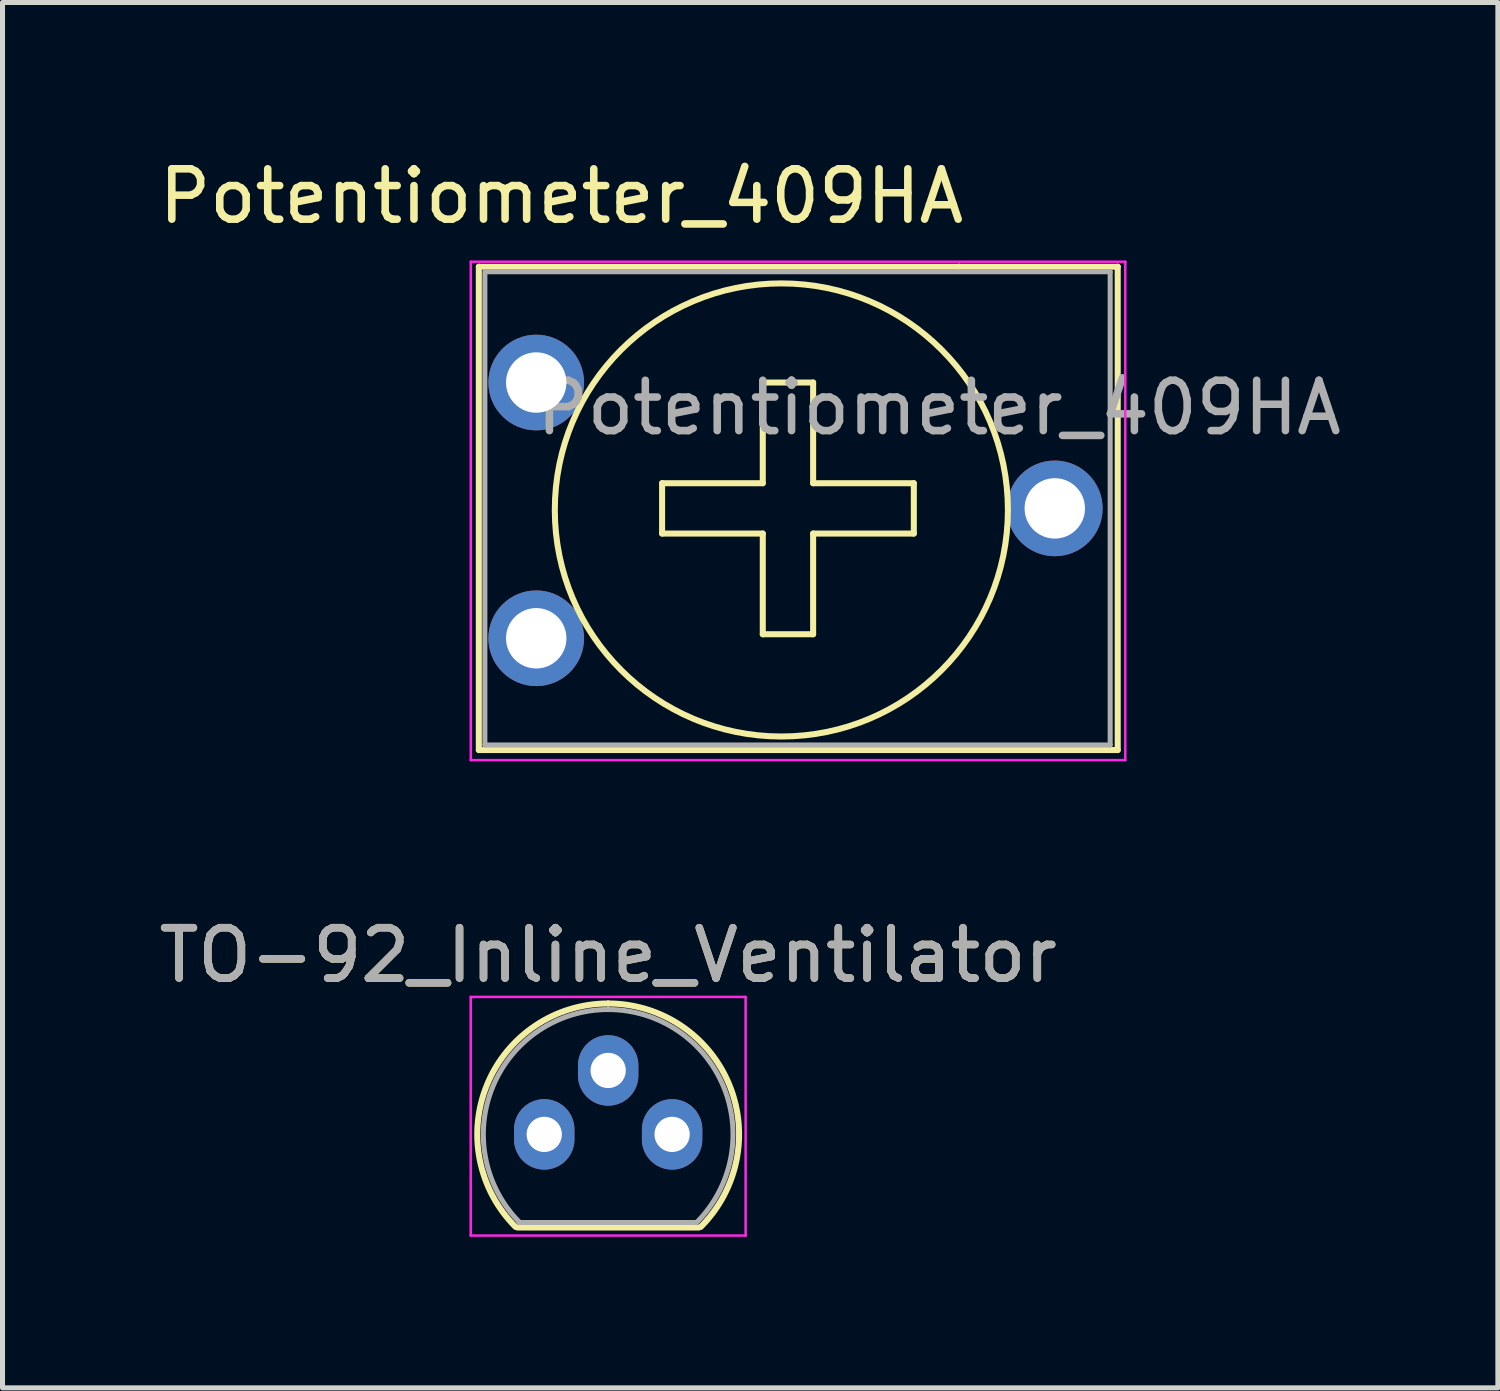
<source format=kicad_pcb>
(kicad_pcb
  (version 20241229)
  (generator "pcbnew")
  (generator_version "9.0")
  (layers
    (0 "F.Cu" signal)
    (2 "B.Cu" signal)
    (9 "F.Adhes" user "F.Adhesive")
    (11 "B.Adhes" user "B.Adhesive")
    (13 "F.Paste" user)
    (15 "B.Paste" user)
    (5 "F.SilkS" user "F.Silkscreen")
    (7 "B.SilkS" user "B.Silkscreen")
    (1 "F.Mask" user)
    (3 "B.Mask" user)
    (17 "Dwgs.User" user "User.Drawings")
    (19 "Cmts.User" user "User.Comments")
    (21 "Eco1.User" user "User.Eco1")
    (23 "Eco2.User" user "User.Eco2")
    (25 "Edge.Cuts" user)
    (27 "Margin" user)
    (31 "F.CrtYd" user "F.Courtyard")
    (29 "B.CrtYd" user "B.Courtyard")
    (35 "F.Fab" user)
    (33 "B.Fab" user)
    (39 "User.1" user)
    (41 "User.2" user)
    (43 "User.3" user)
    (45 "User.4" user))
  (footprint "TO-92_Inline_Ventilator"
    (layer "F.Cu")
    (at 7.76 19.482)
    (property "Reference" "TO-92_Inline_Ventilator" (at 1.27 -3.56 0) (layer "F.SilkS") (effects (font (size 1 1) (thickness 0.15))))
    (attr through_hole)
    (fp_line (start -0.53 1.85) (end 3.07 1.85) (stroke (width 0.12) (type solid)) (layer "F.SilkS"))
    (fp_arc (start -0.568478 1.838478) (mid -1.132087 -0.994977) (end 1.27 -2.6) (stroke (width 0.12) (type solid)) (layer "F.SilkS"))
    (fp_arc (start 1.27 -2.6) (mid 3.672087 -0.994977) (end 3.108478 1.838478) (stroke (width 0.12) (type solid)) (layer "F.SilkS"))
    (fp_line (start -1.46 -2.73) (end -1.46 2.01) (stroke (width 0.05) (type solid)) (layer "F.CrtYd"))
    (fp_line (start -1.46 -2.73) (end 4 -2.73) (stroke (width 0.05) (type solid)) (layer "F.CrtYd"))
    (fp_line (start 4 2.01) (end -1.46 2.01) (stroke (width 0.05) (type solid)) (layer "F.CrtYd"))
    (fp_line (start 4 2.01) (end 4 -2.73) (stroke (width 0.05) (type solid)) (layer "F.CrtYd"))
    (fp_line (start -0.5 1.75) (end 3 1.75) (stroke (width 0.1) (type solid)) (layer "F.Fab"))
    (fp_arc (start -0.483625 1.753625) (mid -1.021221 -0.949055) (end 1.27 -2.48) (stroke (width 0.1) (type solid)) (layer "F.Fab"))
    (fp_arc (start 1.27 -2.48) (mid 3.561221 -0.949055) (end 3.023625 1.753625) (stroke (width 0.1) (type solid)) (layer "F.Fab"))
    (fp_text user "${REFERENCE}" (at 1.27 -3.56 0) (layer "F.Fab") (effects (font (size 1 1) (thickness 0.15))))
    (pad "1" thru_hole oval (at 0 0) (size 1.2 1.4) (drill 0.7) (layers "*.Cu" "*.Mask"))
    (pad "2" thru_hole oval (at 1.27 -1.27) (size 1.2 1.4) (drill 0.7) (layers "*.Cu" "*.Mask"))
    (pad "3" thru_hole oval (at 2.54 0) (size 1.2 1.4) (drill 0.7) (layers "*.Cu" "*.Mask")))
  (footprint "Potentiometer_409HA"
    (layer "F.Cu")
    (at 7.601 4.548)
    (property "Reference" "Potentiometer_409HA" (at 0.5 -3.7 0) (layer "F.SilkS") (effects (font (size 1 1) (thickness 0.15))))
    (attr through_hole)
    (fp_line (start -1.14 -2.3) (end -1.14 7.3) (stroke (width 0.12) (type solid)) (layer "F.SilkS"))
    (fp_line (start -1.14 -2.3) (end 8.4 -2.3) (stroke (width 0.12) (type solid)) (layer "F.SilkS"))
    (fp_line (start -1.14 7.3) (end 11.55 7.3) (stroke (width 0.12) (type solid)) (layer "F.SilkS"))
    (fp_line (start 2.5 2) (end 2.5 3) (stroke (width 0.12) (type solid)) (layer "F.SilkS"))
    (fp_line (start 2.5 3) (end 4.5 3) (stroke (width 0.12) (type solid)) (layer "F.SilkS"))
    (fp_line (start 4.5 0) (end 4.5 2) (stroke (width 0.12) (type solid)) (layer "F.SilkS"))
    (fp_line (start 4.5 2) (end 2.5 2) (stroke (width 0.12) (type solid)) (layer "F.SilkS"))
    (fp_line (start 4.5 3) (end 4.5 5) (stroke (width 0.12) (type solid)) (layer "F.SilkS"))
    (fp_line (start 4.5 5) (end 5.5 5) (stroke (width 0.12) (type solid)) (layer "F.SilkS"))
    (fp_line (start 5.5 0) (end 4.5 0) (stroke (width 0.12) (type solid)) (layer "F.SilkS"))
    (fp_line (start 5.5 2) (end 5.5 0) (stroke (width 0.12) (type solid)) (layer "F.SilkS"))
    (fp_line (start 5.5 3) (end 7.5 3) (stroke (width 0.12) (type solid)) (layer "F.SilkS"))
    (fp_line (start 5.5 5) (end 5.5 3) (stroke (width 0.12) (type solid)) (layer "F.SilkS"))
    (fp_line (start 7.5 2) (end 5.5 2) (stroke (width 0.12) (type solid)) (layer "F.SilkS"))
    (fp_line (start 7.5 3) (end 7.5 2) (stroke (width 0.12) (type solid)) (layer "F.SilkS"))
    (fp_line (start 8.4 -2.3) (end 11.55 -2.3) (stroke (width 0.12) (type solid)) (layer "F.SilkS"))
    (fp_line (start 11.55 -2.3) (end 11.55 7.3) (stroke (width 0.12) (type solid)) (layer "F.SilkS"))
    (fp_circle (center 4.869 2.531) (end 9.369 2.531) (stroke (width 0.12) (type solid)) (fill no) (layer "F.SilkS"))
    (fp_line (start -1.3 -2.4) (end -1.3 7.5) (stroke (width 0.05) (type solid)) (layer "F.CrtYd"))
    (fp_line (start -1.3 7.5) (end 11.7 7.5) (stroke (width 0.05) (type solid)) (layer "F.CrtYd"))
    (fp_line (start 11.7 -2.4) (end -1.3 -2.4) (stroke (width 0.05) (type solid)) (layer "F.CrtYd"))
    (fp_line (start 11.7 7.5) (end 11.7 -2.4) (stroke (width 0.05) (type solid)) (layer "F.CrtYd"))
    (fp_line (start -1.02 7.2) (end -1.02 -2.2) (stroke (width 0.1) (type solid)) (layer "F.Fab"))
    (fp_line (start -1 -2.2) (end 11.4 -2.2) (stroke (width 0.1) (type solid)) (layer "F.Fab"))
    (fp_line (start 11.4 -2.2) (end 11.4 7.2) (stroke (width 0.1) (type solid)) (layer "F.Fab"))
    (fp_line (start 11.4 7.2) (end -1.02 7.2) (stroke (width 0.1) (type solid)) (layer "F.Fab"))
    (fp_text user "${REFERENCE}" (at 8 0.5 0) (layer "F.Fab") (effects (font (size 1 1) (thickness 0.15))))
    (pad "1" thru_hole circle (at 0 0) (size 1.9 1.9) (drill 1.2) (layers "*.Cu" "*.Mask"))
    (pad "2" thru_hole circle (at 10.3 2.5) (size 1.9 1.9) (drill 1.2) (layers "*.Cu" "*.Mask"))
    (pad "3" thru_hole circle (at 0 5.08) (size 1.9 1.9) (drill 1.2) (layers "*.Cu" "*.Mask")))
  (gr_rect
    (start -3 -3)
    (end 26.702 24.517)
    (stroke (width 0.1) (type default))
    (fill no)
    (layer "Edge.Cuts")))
</source>
